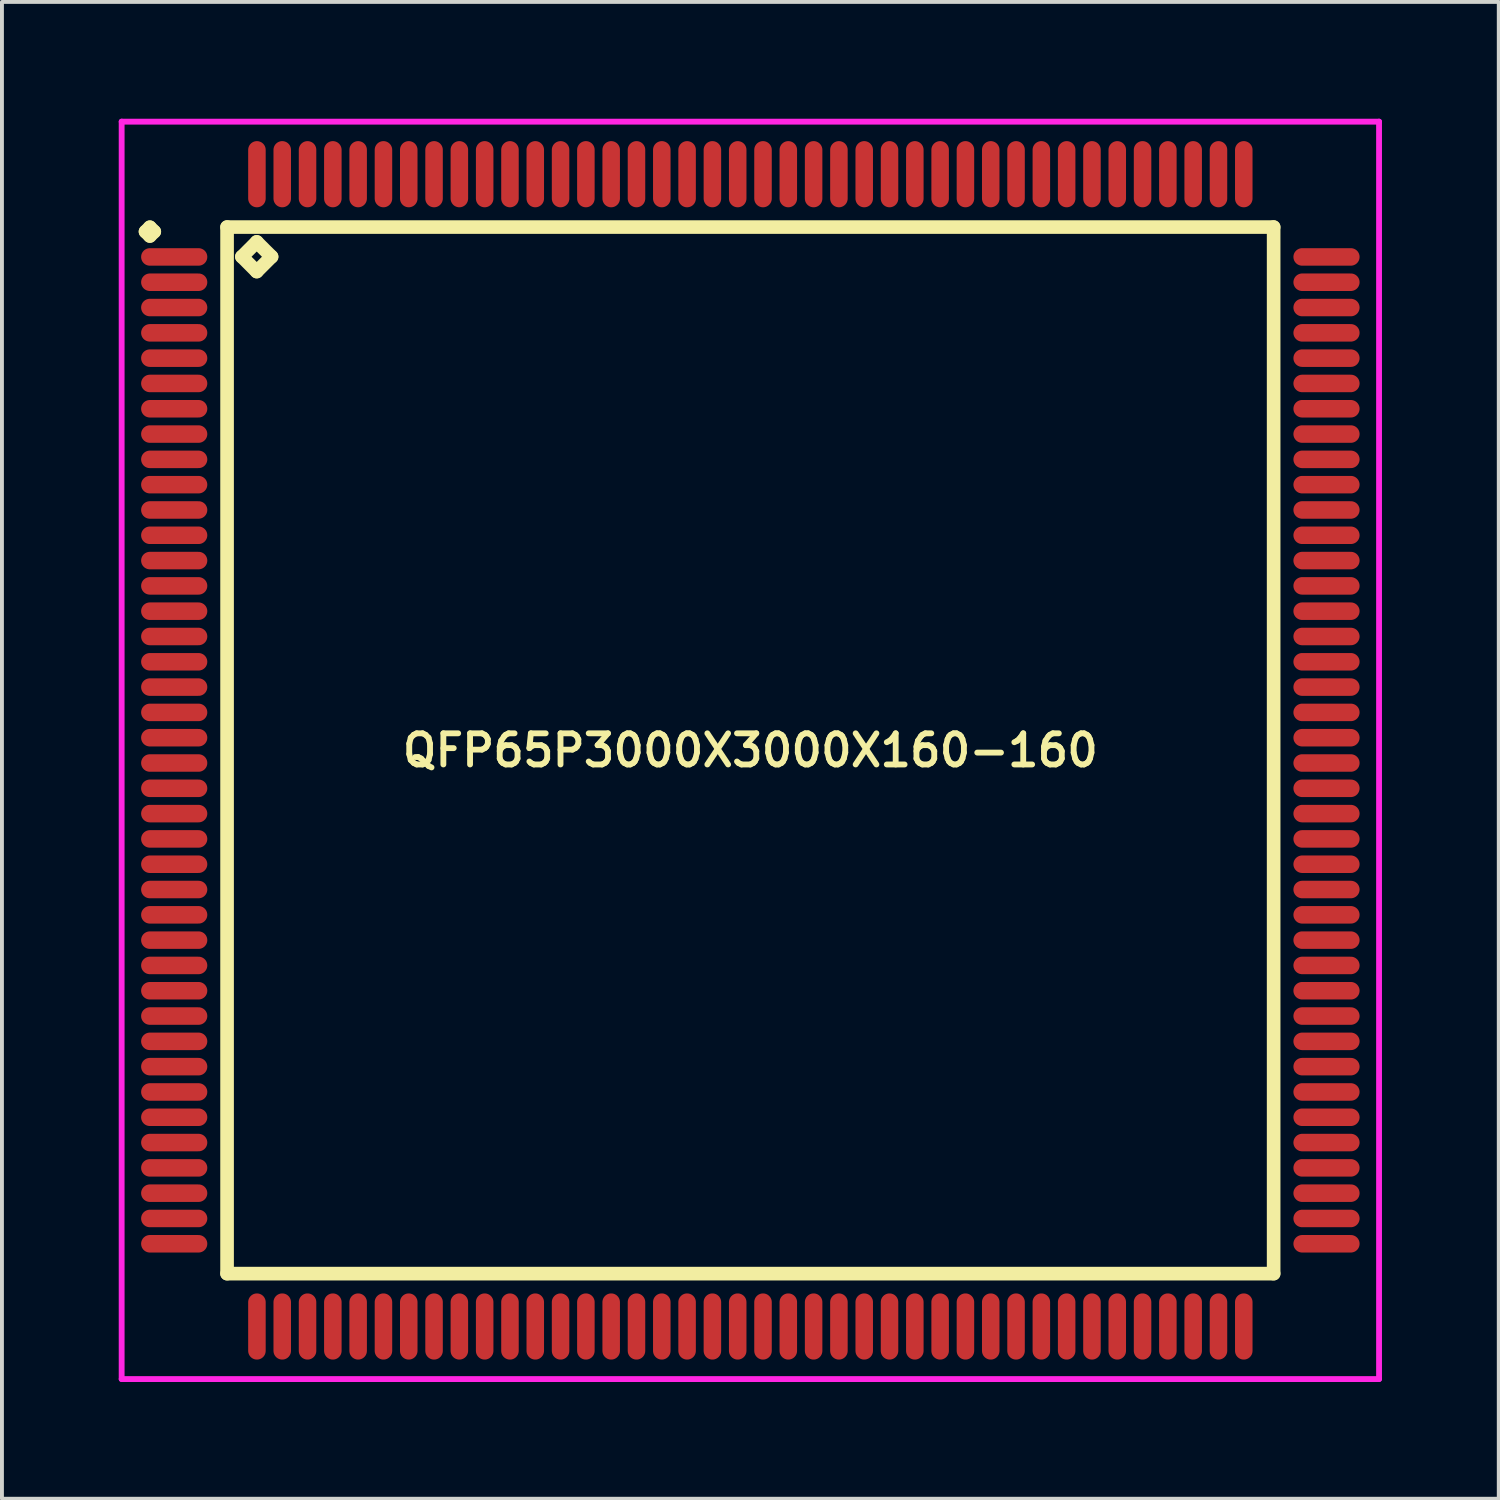
<source format=kicad_pcb>
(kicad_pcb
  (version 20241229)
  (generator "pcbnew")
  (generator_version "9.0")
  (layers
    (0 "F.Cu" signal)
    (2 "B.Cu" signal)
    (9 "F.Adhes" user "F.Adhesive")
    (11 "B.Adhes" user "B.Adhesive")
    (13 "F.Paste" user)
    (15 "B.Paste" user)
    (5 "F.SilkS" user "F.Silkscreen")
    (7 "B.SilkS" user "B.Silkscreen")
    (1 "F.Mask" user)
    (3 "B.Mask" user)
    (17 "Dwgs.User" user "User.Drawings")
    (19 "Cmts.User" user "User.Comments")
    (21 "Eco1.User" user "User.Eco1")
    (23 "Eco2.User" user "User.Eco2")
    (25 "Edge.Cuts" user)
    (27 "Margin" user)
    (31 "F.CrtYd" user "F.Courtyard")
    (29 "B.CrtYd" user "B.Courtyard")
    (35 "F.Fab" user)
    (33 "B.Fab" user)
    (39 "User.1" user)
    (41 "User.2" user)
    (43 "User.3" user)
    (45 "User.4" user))
  (footprint "QFP65P3000X3000X160-160"
    (layer "F.Cu")
    (at 16.225 16.225)
    (property "Reference" "QFP65P3000X3000X160-160" (at 0 0 0) (layer "F.SilkS") (effects (font (size 0.8 0.8) (thickness 0.15))))
    (attr smd)
    (fp_line (start -15.537 -13.325) (end -15.425 -13.438) (stroke (width 0.35) (type solid)) (layer "F.SilkS"))
    (fp_line (start -15.425 -13.438) (end -15.312 -13.325) (stroke (width 0.35) (type solid)) (layer "F.SilkS"))
    (fp_line (start -15.425 -13.213) (end -15.537 -13.325) (stroke (width 0.35) (type solid)) (layer "F.SilkS"))
    (fp_line (start -15.312 -13.325) (end -15.425 -13.213) (stroke (width 0.35) (type solid)) (layer "F.SilkS"))
    (fp_line (start -13.442 -13.442) (end -13.442 13.442) (stroke (width 0.35) (type solid)) (layer "F.SilkS"))
    (fp_line (start -13.442 13.442) (end 13.442 13.442) (stroke (width 0.35) (type solid)) (layer "F.SilkS"))
    (fp_line (start -13.061 -12.68) (end -12.68 -13.061) (stroke (width 0.35) (type solid)) (layer "F.SilkS"))
    (fp_line (start -12.68 -13.061) (end -12.299 -12.68) (stroke (width 0.35) (type solid)) (layer "F.SilkS"))
    (fp_line (start -12.68 -12.299) (end -13.061 -12.68) (stroke (width 0.35) (type solid)) (layer "F.SilkS"))
    (fp_line (start -12.299 -12.68) (end -12.68 -12.299) (stroke (width 0.35) (type solid)) (layer "F.SilkS"))
    (fp_line (start 13.442 -13.442) (end -13.442 -13.442) (stroke (width 0.35) (type solid)) (layer "F.SilkS"))
    (fp_line (start 13.442 13.442) (end 13.442 -13.442) (stroke (width 0.35) (type solid)) (layer "F.SilkS"))
    (fp_line (start -16.15 -16.15) (end 16.15 -16.15) (stroke (width 0.15) (type solid)) (layer "F.CrtYd"))
    (fp_line (start -16.15 16.15) (end -16.15 -16.15) (stroke (width 0.15) (type solid)) (layer "F.CrtYd"))
    (fp_line (start 16.15 -16.15) (end 16.15 16.15) (stroke (width 0.15) (type solid)) (layer "F.CrtYd"))
    (fp_line (start 16.15 16.15) (end -16.15 16.15) (stroke (width 0.15) (type solid)) (layer "F.CrtYd"))
    (pad "1" smd oval (at -14.8 -12.675) (size 1.7 0.45) (layers "F.Cu" "F.Mask" "F.Paste"))
    (pad "2" smd oval (at -14.8 -12.025) (size 1.7 0.45) (layers "F.Cu" "F.Mask" "F.Paste"))
    (pad "3" smd oval (at -14.8 -11.375) (size 1.7 0.45) (layers "F.Cu" "F.Mask" "F.Paste"))
    (pad "4" smd oval (at -14.8 -10.725) (size 1.7 0.45) (layers "F.Cu" "F.Mask" "F.Paste"))
    (pad "5" smd oval (at -14.8 -10.075) (size 1.7 0.45) (layers "F.Cu" "F.Mask" "F.Paste"))
    (pad "6" smd oval (at -14.8 -9.425) (size 1.7 0.45) (layers "F.Cu" "F.Mask" "F.Paste"))
    (pad "7" smd oval (at -14.8 -8.775) (size 1.7 0.45) (layers "F.Cu" "F.Mask" "F.Paste"))
    (pad "8" smd oval (at -14.8 -8.125) (size 1.7 0.45) (layers "F.Cu" "F.Mask" "F.Paste"))
    (pad "9" smd oval (at -14.8 -7.475) (size 1.7 0.45) (layers "F.Cu" "F.Mask" "F.Paste"))
    (pad "10" smd oval (at -14.8 -6.825) (size 1.7 0.45) (layers "F.Cu" "F.Mask" "F.Paste"))
    (pad "11" smd oval (at -14.8 -6.175) (size 1.7 0.45) (layers "F.Cu" "F.Mask" "F.Paste"))
    (pad "12" smd oval (at -14.8 -5.525) (size 1.7 0.45) (layers "F.Cu" "F.Mask" "F.Paste"))
    (pad "13" smd oval (at -14.8 -4.875) (size 1.7 0.45) (layers "F.Cu" "F.Mask" "F.Paste"))
    (pad "14" smd oval (at -14.8 -4.225) (size 1.7 0.45) (layers "F.Cu" "F.Mask" "F.Paste"))
    (pad "15" smd oval (at -14.8 -3.575) (size 1.7 0.45) (layers "F.Cu" "F.Mask" "F.Paste"))
    (pad "16" smd oval (at -14.8 -2.925) (size 1.7 0.45) (layers "F.Cu" "F.Mask" "F.Paste"))
    (pad "17" smd oval (at -14.8 -2.275) (size 1.7 0.45) (layers "F.Cu" "F.Mask" "F.Paste"))
    (pad "18" smd oval (at -14.8 -1.625) (size 1.7 0.45) (layers "F.Cu" "F.Mask" "F.Paste"))
    (pad "19" smd oval (at -14.8 -0.975) (size 1.7 0.45) (layers "F.Cu" "F.Mask" "F.Paste"))
    (pad "20" smd oval (at -14.8 -0.325) (size 1.7 0.45) (layers "F.Cu" "F.Mask" "F.Paste"))
    (pad "21" smd oval (at -14.8 0.325) (size 1.7 0.45) (layers "F.Cu" "F.Mask" "F.Paste"))
    (pad "22" smd oval (at -14.8 0.975) (size 1.7 0.45) (layers "F.Cu" "F.Mask" "F.Paste"))
    (pad "23" smd oval (at -14.8 1.625) (size 1.7 0.45) (layers "F.Cu" "F.Mask" "F.Paste"))
    (pad "24" smd oval (at -14.8 2.275) (size 1.7 0.45) (layers "F.Cu" "F.Mask" "F.Paste"))
    (pad "25" smd oval (at -14.8 2.925) (size 1.7 0.45) (layers "F.Cu" "F.Mask" "F.Paste"))
    (pad "26" smd oval (at -14.8 3.575) (size 1.7 0.45) (layers "F.Cu" "F.Mask" "F.Paste"))
    (pad "27" smd oval (at -14.8 4.225) (size 1.7 0.45) (layers "F.Cu" "F.Mask" "F.Paste"))
    (pad "28" smd oval (at -14.8 4.875) (size 1.7 0.45) (layers "F.Cu" "F.Mask" "F.Paste"))
    (pad "29" smd oval (at -14.8 5.525) (size 1.7 0.45) (layers "F.Cu" "F.Mask" "F.Paste"))
    (pad "30" smd oval (at -14.8 6.175) (size 1.7 0.45) (layers "F.Cu" "F.Mask" "F.Paste"))
    (pad "31" smd oval (at -14.8 6.825) (size 1.7 0.45) (layers "F.Cu" "F.Mask" "F.Paste"))
    (pad "32" smd oval (at -14.8 7.475) (size 1.7 0.45) (layers "F.Cu" "F.Mask" "F.Paste"))
    (pad "33" smd oval (at -14.8 8.125) (size 1.7 0.45) (layers "F.Cu" "F.Mask" "F.Paste"))
    (pad "34" smd oval (at -14.8 8.775) (size 1.7 0.45) (layers "F.Cu" "F.Mask" "F.Paste"))
    (pad "35" smd oval (at -14.8 9.425) (size 1.7 0.45) (layers "F.Cu" "F.Mask" "F.Paste"))
    (pad "36" smd oval (at -14.8 10.075) (size 1.7 0.45) (layers "F.Cu" "F.Mask" "F.Paste"))
    (pad "37" smd oval (at -14.8 10.725) (size 1.7 0.45) (layers "F.Cu" "F.Mask" "F.Paste"))
    (pad "38" smd oval (at -14.8 11.375) (size 1.7 0.45) (layers "F.Cu" "F.Mask" "F.Paste"))
    (pad "39" smd oval (at -14.8 12.025) (size 1.7 0.45) (layers "F.Cu" "F.Mask" "F.Paste"))
    (pad "40" smd oval (at -14.8 12.675) (size 1.7 0.45) (layers "F.Cu" "F.Mask" "F.Paste"))
    (pad "41" smd oval (at -12.675 14.8) (size 0.45 1.7) (layers "F.Cu" "F.Mask" "F.Paste"))
    (pad "42" smd oval (at -12.025 14.8) (size 0.45 1.7) (layers "F.Cu" "F.Mask" "F.Paste"))
    (pad "43" smd oval (at -11.375 14.8) (size 0.45 1.7) (layers "F.Cu" "F.Mask" "F.Paste"))
    (pad "44" smd oval (at -10.725 14.8) (size 0.45 1.7) (layers "F.Cu" "F.Mask" "F.Paste"))
    (pad "45" smd oval (at -10.075 14.8) (size 0.45 1.7) (layers "F.Cu" "F.Mask" "F.Paste"))
    (pad "46" smd oval (at -9.425 14.8) (size 0.45 1.7) (layers "F.Cu" "F.Mask" "F.Paste"))
    (pad "47" smd oval (at -8.775 14.8) (size 0.45 1.7) (layers "F.Cu" "F.Mask" "F.Paste"))
    (pad "48" smd oval (at -8.125 14.8) (size 0.45 1.7) (layers "F.Cu" "F.Mask" "F.Paste"))
    (pad "49" smd oval (at -7.475 14.8) (size 0.45 1.7) (layers "F.Cu" "F.Mask" "F.Paste"))
    (pad "50" smd oval (at -6.825 14.8) (size 0.45 1.7) (layers "F.Cu" "F.Mask" "F.Paste"))
    (pad "51" smd oval (at -6.175 14.8) (size 0.45 1.7) (layers "F.Cu" "F.Mask" "F.Paste"))
    (pad "52" smd oval (at -5.525 14.8) (size 0.45 1.7) (layers "F.Cu" "F.Mask" "F.Paste"))
    (pad "53" smd oval (at -4.875 14.8) (size 0.45 1.7) (layers "F.Cu" "F.Mask" "F.Paste"))
    (pad "54" smd oval (at -4.225 14.8) (size 0.45 1.7) (layers "F.Cu" "F.Mask" "F.Paste"))
    (pad "55" smd oval (at -3.575 14.8) (size 0.45 1.7) (layers "F.Cu" "F.Mask" "F.Paste"))
    (pad "56" smd oval (at -2.925 14.8) (size 0.45 1.7) (layers "F.Cu" "F.Mask" "F.Paste"))
    (pad "57" smd oval (at -2.275 14.8) (size 0.45 1.7) (layers "F.Cu" "F.Mask" "F.Paste"))
    (pad "58" smd oval (at -1.625 14.8) (size 0.45 1.7) (layers "F.Cu" "F.Mask" "F.Paste"))
    (pad "59" smd oval (at -0.975 14.8) (size 0.45 1.7) (layers "F.Cu" "F.Mask" "F.Paste"))
    (pad "60" smd oval (at -0.325 14.8) (size 0.45 1.7) (layers "F.Cu" "F.Mask" "F.Paste"))
    (pad "61" smd oval (at 0.325 14.8) (size 0.45 1.7) (layers "F.Cu" "F.Mask" "F.Paste"))
    (pad "62" smd oval (at 0.975 14.8) (size 0.45 1.7) (layers "F.Cu" "F.Mask" "F.Paste"))
    (pad "63" smd oval (at 1.625 14.8) (size 0.45 1.7) (layers "F.Cu" "F.Mask" "F.Paste"))
    (pad "64" smd oval (at 2.275 14.8) (size 0.45 1.7) (layers "F.Cu" "F.Mask" "F.Paste"))
    (pad "65" smd oval (at 2.925 14.8) (size 0.45 1.7) (layers "F.Cu" "F.Mask" "F.Paste"))
    (pad "66" smd oval (at 3.575 14.8) (size 0.45 1.7) (layers "F.Cu" "F.Mask" "F.Paste"))
    (pad "67" smd oval (at 4.225 14.8) (size 0.45 1.7) (layers "F.Cu" "F.Mask" "F.Paste"))
    (pad "68" smd oval (at 4.875 14.8) (size 0.45 1.7) (layers "F.Cu" "F.Mask" "F.Paste"))
    (pad "69" smd oval (at 5.525 14.8) (size 0.45 1.7) (layers "F.Cu" "F.Mask" "F.Paste"))
    (pad "70" smd oval (at 6.175 14.8) (size 0.45 1.7) (layers "F.Cu" "F.Mask" "F.Paste"))
    (pad "71" smd oval (at 6.825 14.8) (size 0.45 1.7) (layers "F.Cu" "F.Mask" "F.Paste"))
    (pad "72" smd oval (at 7.475 14.8) (size 0.45 1.7) (layers "F.Cu" "F.Mask" "F.Paste"))
    (pad "73" smd oval (at 8.125 14.8) (size 0.45 1.7) (layers "F.Cu" "F.Mask" "F.Paste"))
    (pad "74" smd oval (at 8.775 14.8) (size 0.45 1.7) (layers "F.Cu" "F.Mask" "F.Paste"))
    (pad "75" smd oval (at 9.425 14.8) (size 0.45 1.7) (layers "F.Cu" "F.Mask" "F.Paste"))
    (pad "76" smd oval (at 10.075 14.8) (size 0.45 1.7) (layers "F.Cu" "F.Mask" "F.Paste"))
    (pad "77" smd oval (at 10.725 14.8) (size 0.45 1.7) (layers "F.Cu" "F.Mask" "F.Paste"))
    (pad "78" smd oval (at 11.375 14.8) (size 0.45 1.7) (layers "F.Cu" "F.Mask" "F.Paste"))
    (pad "79" smd oval (at 12.025 14.8) (size 0.45 1.7) (layers "F.Cu" "F.Mask" "F.Paste"))
    (pad "80" smd oval (at 12.675 14.8) (size 0.45 1.7) (layers "F.Cu" "F.Mask" "F.Paste"))
    (pad "81" smd oval (at 14.8 12.675) (size 1.7 0.45) (layers "F.Cu" "F.Mask" "F.Paste"))
    (pad "82" smd oval (at 14.8 12.025) (size 1.7 0.45) (layers "F.Cu" "F.Mask" "F.Paste"))
    (pad "83" smd oval (at 14.8 11.375) (size 1.7 0.45) (layers "F.Cu" "F.Mask" "F.Paste"))
    (pad "84" smd oval (at 14.8 10.725) (size 1.7 0.45) (layers "F.Cu" "F.Mask" "F.Paste"))
    (pad "85" smd oval (at 14.8 10.075) (size 1.7 0.45) (layers "F.Cu" "F.Mask" "F.Paste"))
    (pad "86" smd oval (at 14.8 9.425) (size 1.7 0.45) (layers "F.Cu" "F.Mask" "F.Paste"))
    (pad "87" smd oval (at 14.8 8.775) (size 1.7 0.45) (layers "F.Cu" "F.Mask" "F.Paste"))
    (pad "88" smd oval (at 14.8 8.125) (size 1.7 0.45) (layers "F.Cu" "F.Mask" "F.Paste"))
    (pad "89" smd oval (at 14.8 7.475) (size 1.7 0.45) (layers "F.Cu" "F.Mask" "F.Paste"))
    (pad "90" smd oval (at 14.8 6.825) (size 1.7 0.45) (layers "F.Cu" "F.Mask" "F.Paste"))
    (pad "91" smd oval (at 14.8 6.175) (size 1.7 0.45) (layers "F.Cu" "F.Mask" "F.Paste"))
    (pad "92" smd oval (at 14.8 5.525) (size 1.7 0.45) (layers "F.Cu" "F.Mask" "F.Paste"))
    (pad "93" smd oval (at 14.8 4.875) (size 1.7 0.45) (layers "F.Cu" "F.Mask" "F.Paste"))
    (pad "94" smd oval (at 14.8 4.225) (size 1.7 0.45) (layers "F.Cu" "F.Mask" "F.Paste"))
    (pad "95" smd oval (at 14.8 3.575) (size 1.7 0.45) (layers "F.Cu" "F.Mask" "F.Paste"))
    (pad "96" smd oval (at 14.8 2.925) (size 1.7 0.45) (layers "F.Cu" "F.Mask" "F.Paste"))
    (pad "97" smd oval (at 14.8 2.275) (size 1.7 0.45) (layers "F.Cu" "F.Mask" "F.Paste"))
    (pad "98" smd oval (at 14.8 1.625) (size 1.7 0.45) (layers "F.Cu" "F.Mask" "F.Paste"))
    (pad "99" smd oval (at 14.8 0.975) (size 1.7 0.45) (layers "F.Cu" "F.Mask" "F.Paste"))
    (pad "100" smd oval (at 14.8 0.325) (size 1.7 0.45) (layers "F.Cu" "F.Mask" "F.Paste"))
    (pad "101" smd oval (at 14.8 -0.325) (size 1.7 0.45) (layers "F.Cu" "F.Mask" "F.Paste"))
    (pad "102" smd oval (at 14.8 -0.975) (size 1.7 0.45) (layers "F.Cu" "F.Mask" "F.Paste"))
    (pad "103" smd oval (at 14.8 -1.625) (size 1.7 0.45) (layers "F.Cu" "F.Mask" "F.Paste"))
    (pad "104" smd oval (at 14.8 -2.275) (size 1.7 0.45) (layers "F.Cu" "F.Mask" "F.Paste"))
    (pad "105" smd oval (at 14.8 -2.925) (size 1.7 0.45) (layers "F.Cu" "F.Mask" "F.Paste"))
    (pad "106" smd oval (at 14.8 -3.575) (size 1.7 0.45) (layers "F.Cu" "F.Mask" "F.Paste"))
    (pad "107" smd oval (at 14.8 -4.225) (size 1.7 0.45) (layers "F.Cu" "F.Mask" "F.Paste"))
    (pad "108" smd oval (at 14.8 -4.875) (size 1.7 0.45) (layers "F.Cu" "F.Mask" "F.Paste"))
    (pad "109" smd oval (at 14.8 -5.525) (size 1.7 0.45) (layers "F.Cu" "F.Mask" "F.Paste"))
    (pad "110" smd oval (at 14.8 -6.175) (size 1.7 0.45) (layers "F.Cu" "F.Mask" "F.Paste"))
    (pad "111" smd oval (at 14.8 -6.825) (size 1.7 0.45) (layers "F.Cu" "F.Mask" "F.Paste"))
    (pad "112" smd oval (at 14.8 -7.475) (size 1.7 0.45) (layers "F.Cu" "F.Mask" "F.Paste"))
    (pad "113" smd oval (at 14.8 -8.125) (size 1.7 0.45) (layers "F.Cu" "F.Mask" "F.Paste"))
    (pad "114" smd oval (at 14.8 -8.775) (size 1.7 0.45) (layers "F.Cu" "F.Mask" "F.Paste"))
    (pad "115" smd oval (at 14.8 -9.425) (size 1.7 0.45) (layers "F.Cu" "F.Mask" "F.Paste"))
    (pad "116" smd oval (at 14.8 -10.075) (size 1.7 0.45) (layers "F.Cu" "F.Mask" "F.Paste"))
    (pad "117" smd oval (at 14.8 -10.725) (size 1.7 0.45) (layers "F.Cu" "F.Mask" "F.Paste"))
    (pad "118" smd oval (at 14.8 -11.375) (size 1.7 0.45) (layers "F.Cu" "F.Mask" "F.Paste"))
    (pad "119" smd oval (at 14.8 -12.025) (size 1.7 0.45) (layers "F.Cu" "F.Mask" "F.Paste"))
    (pad "120" smd oval (at 14.8 -12.675) (size 1.7 0.45) (layers "F.Cu" "F.Mask" "F.Paste"))
    (pad "121" smd oval (at 12.675 -14.8) (size 0.45 1.7) (layers "F.Cu" "F.Mask" "F.Paste"))
    (pad "122" smd oval (at 12.025 -14.8) (size 0.45 1.7) (layers "F.Cu" "F.Mask" "F.Paste"))
    (pad "123" smd oval (at 11.375 -14.8) (size 0.45 1.7) (layers "F.Cu" "F.Mask" "F.Paste"))
    (pad "124" smd oval (at 10.725 -14.8) (size 0.45 1.7) (layers "F.Cu" "F.Mask" "F.Paste"))
    (pad "125" smd oval (at 10.075 -14.8) (size 0.45 1.7) (layers "F.Cu" "F.Mask" "F.Paste"))
    (pad "126" smd oval (at 9.425 -14.8) (size 0.45 1.7) (layers "F.Cu" "F.Mask" "F.Paste"))
    (pad "127" smd oval (at 8.775 -14.8) (size 0.45 1.7) (layers "F.Cu" "F.Mask" "F.Paste"))
    (pad "128" smd oval (at 8.125 -14.8) (size 0.45 1.7) (layers "F.Cu" "F.Mask" "F.Paste"))
    (pad "129" smd oval (at 7.475 -14.8) (size 0.45 1.7) (layers "F.Cu" "F.Mask" "F.Paste"))
    (pad "130" smd oval (at 6.825 -14.8) (size 0.45 1.7) (layers "F.Cu" "F.Mask" "F.Paste"))
    (pad "131" smd oval (at 6.175 -14.8) (size 0.45 1.7) (layers "F.Cu" "F.Mask" "F.Paste"))
    (pad "132" smd oval (at 5.525 -14.8) (size 0.45 1.7) (layers "F.Cu" "F.Mask" "F.Paste"))
    (pad "133" smd oval (at 4.875 -14.8) (size 0.45 1.7) (layers "F.Cu" "F.Mask" "F.Paste"))
    (pad "134" smd oval (at 4.225 -14.8) (size 0.45 1.7) (layers "F.Cu" "F.Mask" "F.Paste"))
    (pad "135" smd oval (at 3.575 -14.8) (size 0.45 1.7) (layers "F.Cu" "F.Mask" "F.Paste"))
    (pad "136" smd oval (at 2.925 -14.8) (size 0.45 1.7) (layers "F.Cu" "F.Mask" "F.Paste"))
    (pad "137" smd oval (at 2.275 -14.8) (size 0.45 1.7) (layers "F.Cu" "F.Mask" "F.Paste"))
    (pad "138" smd oval (at 1.625 -14.8) (size 0.45 1.7) (layers "F.Cu" "F.Mask" "F.Paste"))
    (pad "139" smd oval (at 0.975 -14.8) (size 0.45 1.7) (layers "F.Cu" "F.Mask" "F.Paste"))
    (pad "140" smd oval (at 0.325 -14.8) (size 0.45 1.7) (layers "F.Cu" "F.Mask" "F.Paste"))
    (pad "141" smd oval (at -0.325 -14.8) (size 0.45 1.7) (layers "F.Cu" "F.Mask" "F.Paste"))
    (pad "142" smd oval (at -0.975 -14.8) (size 0.45 1.7) (layers "F.Cu" "F.Mask" "F.Paste"))
    (pad "143" smd oval (at -1.625 -14.8) (size 0.45 1.7) (layers "F.Cu" "F.Mask" "F.Paste"))
    (pad "144" smd oval (at -2.275 -14.8) (size 0.45 1.7) (layers "F.Cu" "F.Mask" "F.Paste"))
    (pad "145" smd oval (at -2.925 -14.8) (size 0.45 1.7) (layers "F.Cu" "F.Mask" "F.Paste"))
    (pad "146" smd oval (at -3.575 -14.8) (size 0.45 1.7) (layers "F.Cu" "F.Mask" "F.Paste"))
    (pad "147" smd oval (at -4.225 -14.8) (size 0.45 1.7) (layers "F.Cu" "F.Mask" "F.Paste"))
    (pad "148" smd oval (at -4.875 -14.8) (size 0.45 1.7) (layers "F.Cu" "F.Mask" "F.Paste"))
    (pad "149" smd oval (at -5.525 -14.8) (size 0.45 1.7) (layers "F.Cu" "F.Mask" "F.Paste"))
    (pad "150" smd oval (at -6.175 -14.8) (size 0.45 1.7) (layers "F.Cu" "F.Mask" "F.Paste"))
    (pad "151" smd oval (at -6.825 -14.8) (size 0.45 1.7) (layers "F.Cu" "F.Mask" "F.Paste"))
    (pad "152" smd oval (at -7.475 -14.8) (size 0.45 1.7) (layers "F.Cu" "F.Mask" "F.Paste"))
    (pad "153" smd oval (at -8.125 -14.8) (size 0.45 1.7) (layers "F.Cu" "F.Mask" "F.Paste"))
    (pad "154" smd oval (at -8.775 -14.8) (size 0.45 1.7) (layers "F.Cu" "F.Mask" "F.Paste"))
    (pad "155" smd oval (at -9.425 -14.8) (size 0.45 1.7) (layers "F.Cu" "F.Mask" "F.Paste"))
    (pad "156" smd oval (at -10.075 -14.8) (size 0.45 1.7) (layers "F.Cu" "F.Mask" "F.Paste"))
    (pad "157" smd oval (at -10.725 -14.8) (size 0.45 1.7) (layers "F.Cu" "F.Mask" "F.Paste"))
    (pad "158" smd oval (at -11.375 -14.8) (size 0.45 1.7) (layers "F.Cu" "F.Mask" "F.Paste"))
    (pad "159" smd oval (at -12.025 -14.8) (size 0.45 1.7) (layers "F.Cu" "F.Mask" "F.Paste"))
    (pad "160" smd oval (at -12.675 -14.8) (size 0.45 1.7) (layers "F.Cu" "F.Mask" "F.Paste")))
  (gr_rect
    (start -3 -3)
    (end 35.45 35.45)
    (stroke (width 0.1) (type default))
    (fill no)
    (layer "Edge.Cuts")))
</source>
